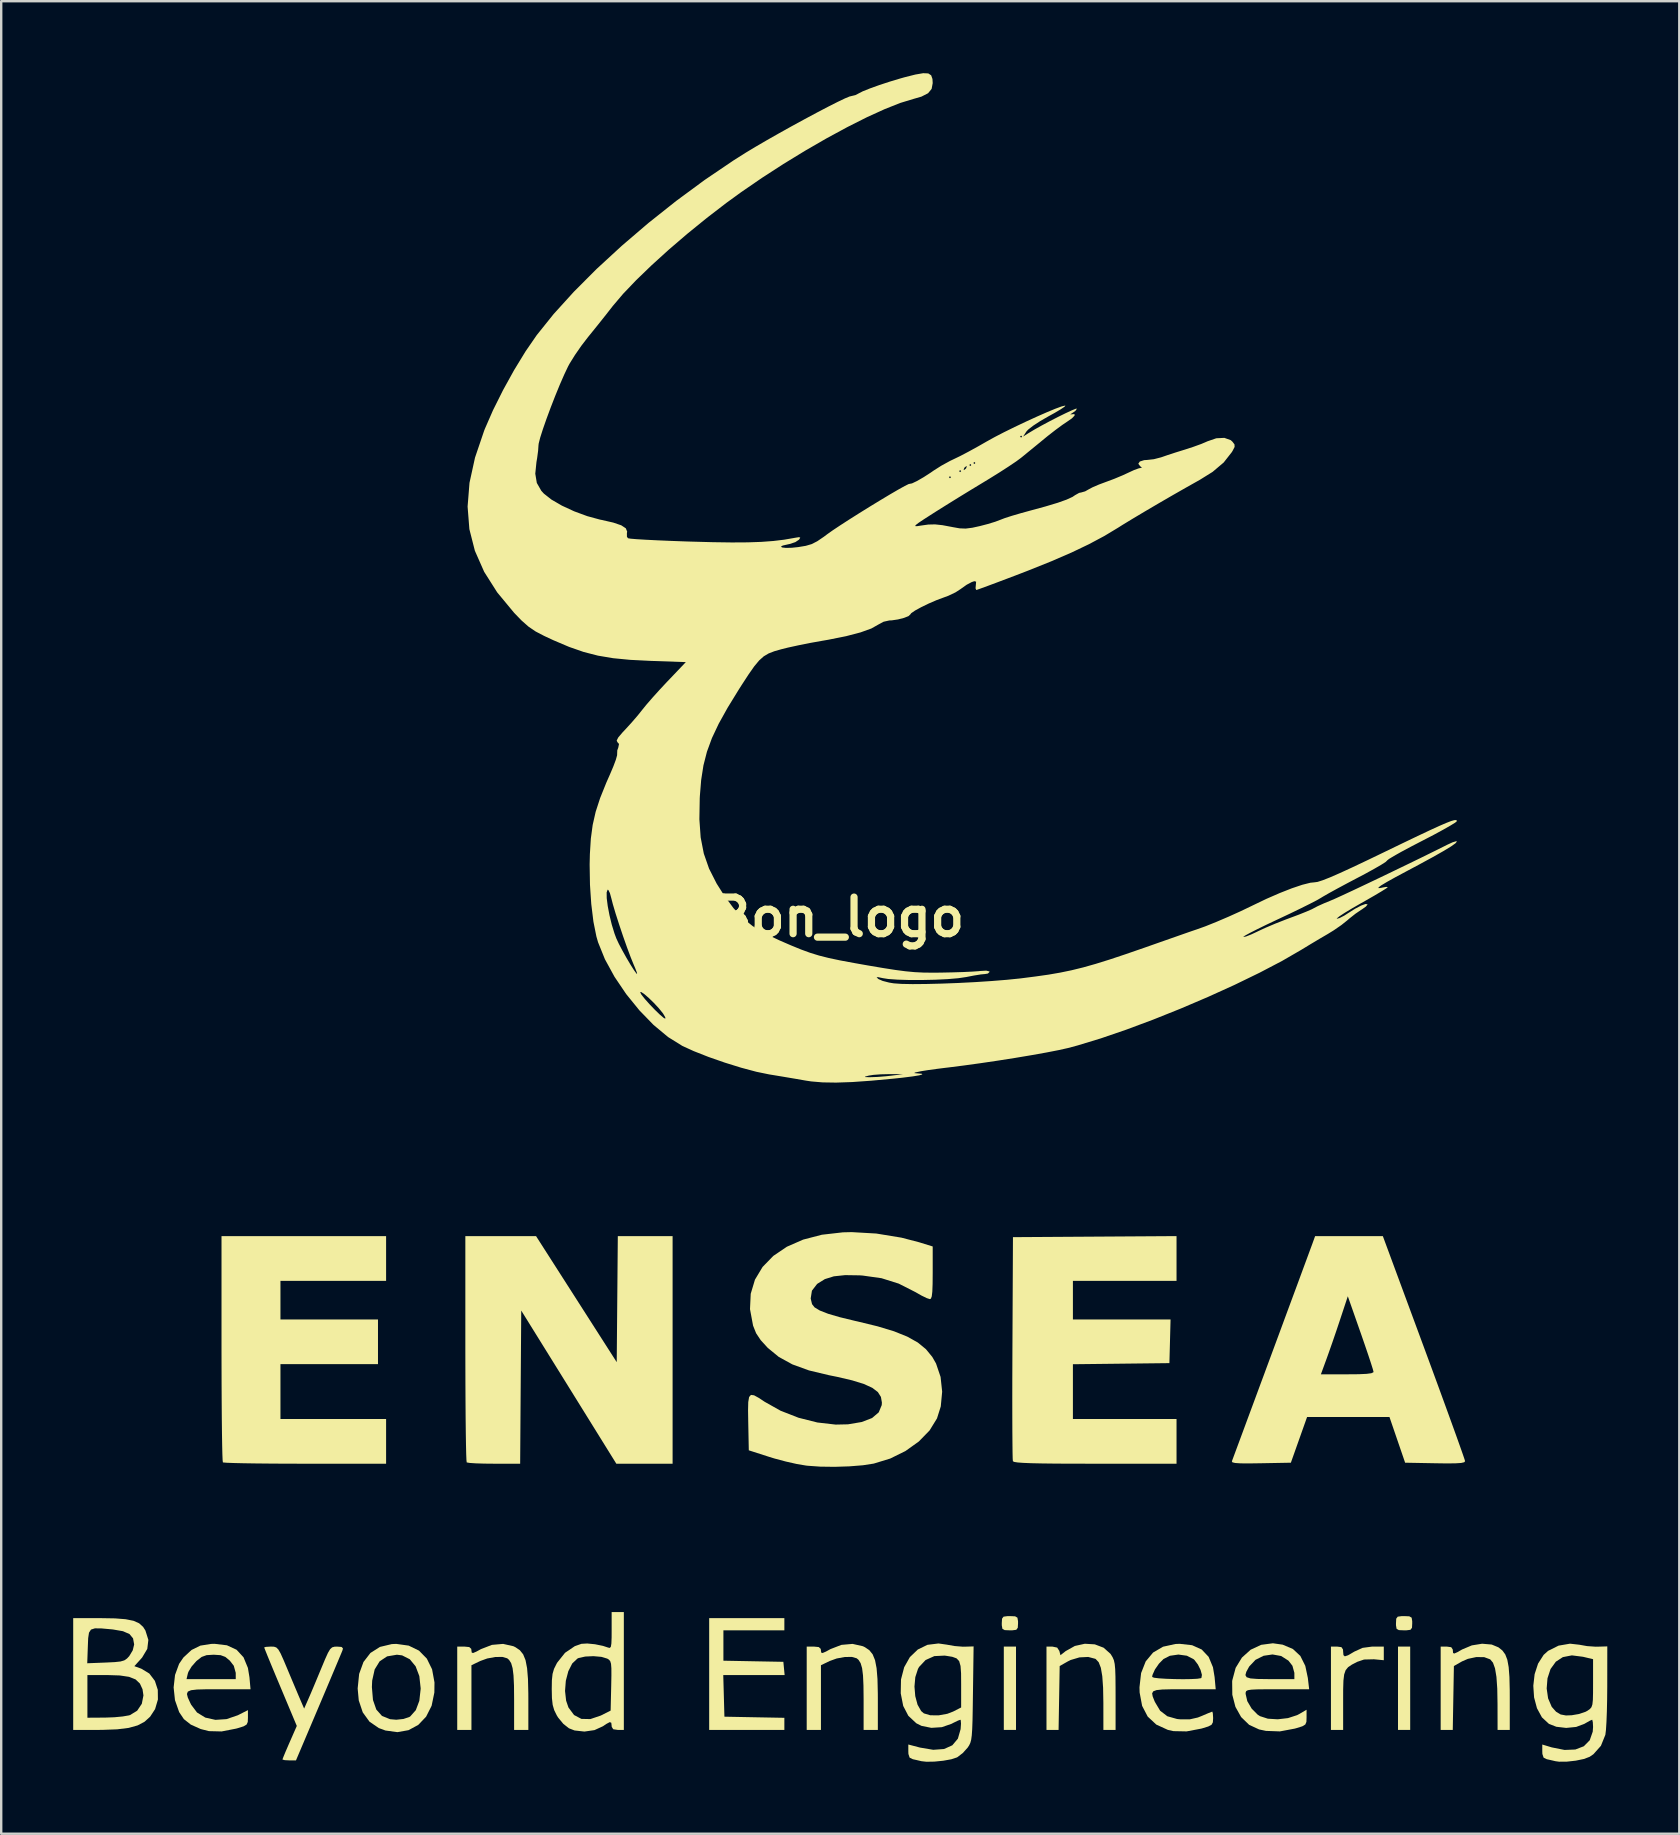
<source format=kicad_pcb>
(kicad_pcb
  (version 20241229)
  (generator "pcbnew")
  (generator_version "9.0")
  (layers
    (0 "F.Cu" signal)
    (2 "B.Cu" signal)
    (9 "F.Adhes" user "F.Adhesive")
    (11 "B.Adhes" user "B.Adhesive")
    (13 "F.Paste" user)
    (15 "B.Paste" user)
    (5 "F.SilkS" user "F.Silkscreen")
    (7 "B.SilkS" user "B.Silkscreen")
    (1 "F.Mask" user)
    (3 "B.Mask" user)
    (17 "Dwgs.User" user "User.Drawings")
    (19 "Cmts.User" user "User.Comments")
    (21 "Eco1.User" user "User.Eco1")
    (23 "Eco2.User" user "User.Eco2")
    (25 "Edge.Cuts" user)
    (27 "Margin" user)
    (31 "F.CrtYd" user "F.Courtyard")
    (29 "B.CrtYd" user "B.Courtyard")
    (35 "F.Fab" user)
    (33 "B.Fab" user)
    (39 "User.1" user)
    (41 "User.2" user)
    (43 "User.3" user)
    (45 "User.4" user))
  (footprint "Bon_logo"
    (layer "F.Cu")
    (at 31.919 35.165)
    (property "Reference" "Bon_logo" (at 0 0 0) (layer "F.SilkS") (effects (font (size 1.524 1.524) (thickness 0.3))))
    (attr board_only exclude_from_pos_files exclude_from_bom)
    (fp_poly (pts (xy 7.366 33.867) (xy 6.858 33.867) (xy 6.858 30.395) (xy 7.366 30.395)) (stroke (width 0) (type solid)) (fill yes) (layer "F.SilkS"))
    (fp_poly (pts (xy 23.791 33.867) (xy 23.283 33.867) (xy 23.283 30.395) (xy 23.791 30.395)) (stroke (width 0) (type solid)) (fill yes) (layer "F.SilkS"))
    (fp_poly (pts (xy -2.286 29.718) (xy -4.826 29.718) (xy -4.826 30.983) (xy -3.577 31.007) (xy -2.328 31.03) (xy -2.275 31.581) (xy -4.832 31.581) (xy -4.808 32.449) (xy -4.784 33.316) (xy -3.535 33.34) (xy -2.286 33.363) (xy -2.286 33.867) (xy -5.419 33.867) (xy -5.419 29.21) (xy -2.286 29.21)) (stroke (width 0) (type solid)) (fill yes) (layer "F.SilkS"))
    (fp_poly (pts (xy 7.329 29.134) (xy 7.425 29.19) (xy 7.45 29.334) (xy 7.451 29.422) (xy 7.44 29.611) (xy 7.377 29.696) (xy 7.212 29.717) (xy 7.112 29.718) (xy 6.895 29.709) (xy 6.799 29.654) (xy 6.774 29.509) (xy 6.773 29.422) (xy 6.784 29.232) (xy 6.847 29.148) (xy 7.012 29.126) (xy 7.112 29.125)) (stroke (width 0) (type solid)) (fill yes) (layer "F.SilkS"))
    (fp_poly (pts (xy 23.754 29.134) (xy 23.851 29.19) (xy 23.875 29.334) (xy 23.876 29.422) (xy 23.866 29.611) (xy 23.802 29.696) (xy 23.637 29.717) (xy 23.537 29.718) (xy 23.32 29.709) (xy 23.224 29.654) (xy 23.199 29.509) (xy 23.199 29.422) (xy 23.209 29.232) (xy 23.272 29.148) (xy 23.437 29.126) (xy 23.537 29.125)) (stroke (width 0) (type solid)) (fill yes) (layer "F.SilkS"))
    (fp_poly (pts (xy -9.271 18.544) (xy -9.226 13.293) (xy -6.943 13.293) (xy -6.943 22.775) (xy -9.288 22.775) (xy -11.269 19.584) (xy -13.25 16.394) (xy -13.273 19.584) (xy -13.295 22.775) (xy -14.38 22.775) (xy -14.793 22.771) (xy -15.143 22.76) (xy -15.396 22.743) (xy -15.518 22.722) (xy -15.522 22.719) (xy -15.533 22.626) (xy -15.543 22.379) (xy -15.552 21.994) (xy -15.56 21.486) (xy -15.567 20.871) (xy -15.572 20.164) (xy -15.576 19.38) (xy -15.578 18.535) (xy -15.579 17.978) (xy -15.579 13.293) (xy -12.632 13.293)) (stroke (width 0) (type solid)) (fill yes) (layer "F.SilkS"))
    (fp_poly (pts (xy 20.925 30.418) (xy 20.991 30.515) (xy 20.997 30.607) (xy 21.01 30.752) (xy 21.068 30.802) (xy 21.202 30.757) (xy 21.443 30.617) (xy 21.463 30.605) (xy 21.808 30.448) (xy 22.2 30.396) (xy 22.246 30.396) (xy 22.691 30.395) (xy 22.691 30.963) (xy 22.281 30.924) (xy 21.869 30.934) (xy 21.583 31.031) (xy 21.362 31.146) (xy 21.205 31.252) (xy 21.102 31.378) (xy 21.04 31.556) (xy 21.009 31.814) (xy 20.998 32.184) (xy 20.997 32.652) (xy 20.997 33.867) (xy 20.489 33.867) (xy 20.489 30.395) (xy 20.743 30.395)) (stroke (width 0) (type solid)) (fill yes) (layer "F.SilkS"))
    (fp_poly (pts (xy -18.881 15.155) (xy -23.283 15.155) (xy -23.283 16.764) (xy -19.219 16.764) (xy -19.219 18.627) (xy -23.283 18.627) (xy -23.283 20.913) (xy -18.881 20.913) (xy -18.881 22.775) (xy -22.253 22.775) (xy -22.993 22.774) (xy -23.679 22.77) (xy -24.294 22.764) (xy -24.819 22.756) (xy -25.235 22.746) (xy -25.525 22.735) (xy -25.67 22.723) (xy -25.682 22.719) (xy -25.693 22.626) (xy -25.703 22.379) (xy -25.712 21.994) (xy -25.72 21.486) (xy -25.727 20.871) (xy -25.732 20.164) (xy -25.736 19.38) (xy -25.738 18.535) (xy -25.739 17.978) (xy -25.739 13.293) (xy -18.881 13.293)) (stroke (width 0) (type solid)) (fill yes) (layer "F.SilkS"))
    (fp_poly (pts (xy 14.055 15.155) (xy 9.737 15.155) (xy 9.737 16.764) (xy 13.806 16.764) (xy 13.782 17.674) (xy 13.758 18.584) (xy 9.737 18.63) (xy 9.737 20.913) (xy 14.055 20.913) (xy 14.055 22.775) (xy 10.665 22.775) (xy 9.777 22.774) (xy 9.045 22.771) (xy 8.458 22.764) (xy 8.001 22.754) (xy 7.664 22.74) (xy 7.433 22.723) (xy 7.295 22.701) (xy 7.238 22.674) (xy 7.236 22.669) (xy 7.228 22.567) (xy 7.222 22.311) (xy 7.218 21.918) (xy 7.214 21.402) (xy 7.212 20.781) (xy 7.211 20.069) (xy 7.212 19.283) (xy 7.215 18.438) (xy 7.217 17.949) (xy 7.239 13.335) (xy 10.647 13.313) (xy 14.055 13.291)) (stroke (width 0) (type solid)) (fill yes) (layer "F.SilkS"))
    (fp_poly (pts (xy 27.187 30.31) (xy 27.468 30.426) (xy 27.631 30.556) (xy 27.752 30.72) (xy 27.838 30.943) (xy 27.894 31.249) (xy 27.926 31.664) (xy 27.939 32.211) (xy 27.94 32.509) (xy 27.94 33.867) (xy 27.432 33.867) (xy 27.43 32.787) (xy 27.419 32.148) (xy 27.385 31.659) (xy 27.326 31.304) (xy 27.24 31.065) (xy 27.124 30.927) (xy 26.877 30.836) (xy 26.547 30.831) (xy 26.193 30.907) (xy 25.95 31.013) (xy 25.612 31.205) (xy 25.565 33.867) (xy 25.061 33.867) (xy 25.061 30.395) (xy 25.315 30.395) (xy 25.501 30.421) (xy 25.566 30.52) (xy 25.569 30.568) (xy 25.578 30.663) (xy 25.63 30.684) (xy 25.759 30.627) (xy 25.957 30.514) (xy 26.359 30.345) (xy 26.788 30.276)) (stroke (width 0) (type solid)) (fill yes) (layer "F.SilkS"))
    (fp_poly (pts (xy -13.577 30.38) (xy -13.494 30.42) (xy -13.309 30.545) (xy -13.17 30.718) (xy -13.071 30.961) (xy -13.006 31.297) (xy -12.969 31.748) (xy -12.955 32.338) (xy -12.954 32.556) (xy -12.954 33.867) (xy -13.547 33.867) (xy -13.547 32.591) (xy -13.552 32.022) (xy -13.572 31.598) (xy -13.61 31.294) (xy -13.67 31.086) (xy -13.757 30.949) (xy -13.835 30.883) (xy -14.039 30.825) (xy -14.338 30.83) (xy -14.669 30.891) (xy -14.959 30.996) (xy -15.325 31.172) (xy -15.325 33.867) (xy -15.917 33.867) (xy -15.917 30.395) (xy -15.621 30.395) (xy -15.416 30.415) (xy -15.333 30.49) (xy -15.325 30.559) (xy -15.313 30.646) (xy -15.256 30.663) (xy -15.116 30.603) (xy -14.927 30.5) (xy -14.472 30.324) (xy -14.006 30.283)) (stroke (width 0) (type solid)) (fill yes) (layer "F.SilkS"))
    (fp_poly (pts (xy 0.986 30.38) (xy 1.069 30.42) (xy 1.254 30.545) (xy 1.393 30.718) (xy 1.492 30.961) (xy 1.557 31.297) (xy 1.594 31.748) (xy 1.608 32.338) (xy 1.609 32.556) (xy 1.609 33.867) (xy 1.016 33.867) (xy 1.016 32.591) (xy 1.01 32.022) (xy 0.991 31.598) (xy 0.953 31.294) (xy 0.892 31.086) (xy 0.806 30.949) (xy 0.728 30.883) (xy 0.524 30.825) (xy 0.225 30.83) (xy -0.107 30.891) (xy -0.397 30.996) (xy -0.762 31.172) (xy -0.762 33.867) (xy -1.355 33.867) (xy -1.355 30.395) (xy -1.058 30.395) (xy -0.853 30.415) (xy -0.771 30.49) (xy -0.762 30.559) (xy -0.751 30.646) (xy -0.693 30.663) (xy -0.553 30.603) (xy -0.365 30.5) (xy 0.09 30.324) (xy 0.556 30.283)) (stroke (width 0) (type solid)) (fill yes) (layer "F.SilkS"))
    (fp_poly (pts (xy 10.649 30.302) (xy 11.017 30.442) (xy 11.3 30.695) (xy 11.321 30.725) (xy 11.392 30.841) (xy 11.444 30.962) (xy 11.478 31.117) (xy 11.499 31.335) (xy 11.51 31.646) (xy 11.514 32.078) (xy 11.515 32.44) (xy 11.515 33.867) (xy 11.007 33.867) (xy 11.006 32.745) (xy 10.995 32.111) (xy 10.961 31.628) (xy 10.901 31.279) (xy 10.811 31.047) (xy 10.688 30.915) (xy 10.67 30.904) (xy 10.374 30.827) (xy 10.01 30.845) (xy 9.643 30.954) (xy 9.525 31.013) (xy 9.186 31.205) (xy 9.163 32.536) (xy 9.14 33.867) (xy 8.636 33.867) (xy 8.636 30.395) (xy 8.88 30.395) (xy 9.081 30.437) (xy 9.171 30.575) (xy 9.218 30.755) (xy 9.436 30.583) (xy 9.818 30.369) (xy 10.235 30.277)) (stroke (width 0) (type solid)) (fill yes) (layer "F.SilkS"))
    (fp_poly (pts (xy -17.939 30.355) (xy -17.511 30.563) (xy -17.184 30.896) (xy -16.965 31.342) (xy -16.865 31.888) (xy -16.87 32.309) (xy -16.984 32.861) (xy -17.214 33.316) (xy -17.542 33.659) (xy -17.947 33.878) (xy -18.409 33.96) (xy -18.909 33.892) (xy -19.185 33.79) (xy -19.573 33.524) (xy -19.854 33.136) (xy -20.02 32.639) (xy -20.066 32.14) (xy -20.06 32.083) (xy -19.473 32.083) (xy -19.428 32.62) (xy -19.289 33.019) (xy -19.053 33.284) (xy -18.716 33.421) (xy -18.457 33.443) (xy -18.158 33.411) (xy -17.913 33.329) (xy -17.875 33.305) (xy -17.643 33.044) (xy -17.496 32.654) (xy -17.441 32.159) (xy -17.441 32.131) (xy -17.496 31.626) (xy -17.651 31.217) (xy -17.894 30.923) (xy -18.214 30.761) (xy -18.431 30.734) (xy -18.839 30.803) (xy -19.149 31.008) (xy -19.357 31.346) (xy -19.461 31.813) (xy -19.473 32.083) (xy -20.06 32.083) (xy -20.004 31.533) (xy -19.824 31.037) (xy -19.533 30.66) (xy -19.137 30.409) (xy -18.643 30.291) (xy -18.457 30.283)) (stroke (width 0) (type solid)) (fill yes) (layer "F.SilkS"))
    (fp_poly (pts (xy -23.551 30.4) (xy -23.457 30.431) (xy -23.372 30.515) (xy -23.279 30.676) (xy -23.159 30.942) (xy -22.992 31.337) (xy -22.988 31.348) (xy -22.817 31.755) (xy -22.655 32.139) (xy -22.522 32.454) (xy -22.443 32.639) (xy -22.296 32.978) (xy -22.128 32.597) (xy -22.025 32.36) (xy -21.88 32.017) (xy -21.714 31.619) (xy -21.584 31.306) (xy -21.422 30.918) (xy -21.305 30.659) (xy -21.214 30.505) (xy -21.129 30.427) (xy -21.031 30.4) (xy -20.925 30.396) (xy -20.736 30.41) (xy -20.679 30.47) (xy -20.696 30.544) (xy -20.742 30.658) (xy -20.846 30.906) (xy -20.998 31.268) (xy -21.189 31.722) (xy -21.41 32.246) (xy -21.653 32.82) (xy -21.693 32.914) (xy -22.636 35.137) (xy -22.917 35.137) (xy -23.107 35.127) (xy -23.198 35.102) (xy -23.199 35.098) (xy -23.167 35.009) (xy -23.082 34.802) (xy -22.959 34.516) (xy -22.9 34.381) (xy -22.602 33.702) (xy -23.281 32.083) (xy -23.485 31.597) (xy -23.664 31.166) (xy -23.809 30.814) (xy -23.91 30.563) (xy -23.958 30.439) (xy -23.961 30.43) (xy -23.886 30.407) (xy -23.704 30.396) (xy -23.673 30.395)) (stroke (width 0) (type solid)) (fill yes) (layer "F.SilkS"))
    (fp_poly (pts (xy -25.514 30.341) (xy -25.112 30.527) (xy -24.822 30.841) (xy -24.639 31.284) (xy -24.575 31.672) (xy -24.53 32.173) (xy -25.854 32.173) (xy -26.383 32.174) (xy -26.762 32.184) (xy -27.009 32.213) (xy -27.142 32.271) (xy -27.18 32.37) (xy -27.143 32.519) (xy -27.047 32.729) (xy -27.005 32.816) (xy -26.76 33.141) (xy -26.413 33.354) (xy -25.994 33.448) (xy -25.532 33.418) (xy -25.058 33.256) (xy -25.033 33.243) (xy -24.638 33.043) (xy -24.638 33.359) (xy -24.645 33.536) (xy -24.693 33.643) (xy -24.818 33.718) (xy -25.061 33.794) (xy -25.13 33.813) (xy -25.734 33.931) (xy -26.262 33.918) (xy -26.606 33.831) (xy -27.02 33.645) (xy -27.307 33.418) (xy -27.504 33.125) (xy -27.678 32.628) (xy -27.734 32.098) (xy -27.695 31.75) (xy -27.196 31.75) (xy -25.146 31.75) (xy -25.146 31.489) (xy -25.228 31.194) (xy -25.393 30.981) (xy -25.579 30.826) (xy -25.775 30.753) (xy -26.059 30.734) (xy -26.072 30.734) (xy -26.361 30.752) (xy -26.566 30.826) (xy -26.773 30.988) (xy -26.795 31.009) (xy -26.986 31.227) (xy -27.118 31.447) (xy -27.142 31.517) (xy -27.196 31.75) (xy -27.695 31.75) (xy -27.676 31.578) (xy -27.507 31.115) (xy -27.326 30.85) (xy -26.988 30.536) (xy -26.621 30.355) (xy -26.172 30.284) (xy -26.028 30.28)) (stroke (width 0) (type solid)) (fill yes) (layer "F.SilkS"))
    (fp_poly (pts (xy 18.477 30.315) (xy 18.903 30.495) (xy 19.214 30.785) (xy 19.42 31.198) (xy 19.526 31.7) (xy 19.581 32.173) (xy 18.257 32.173) (xy 17.758 32.174) (xy 17.403 32.178) (xy 17.168 32.19) (xy 17.029 32.212) (xy 16.959 32.249) (xy 16.936 32.304) (xy 16.933 32.365) (xy 17.003 32.668) (xy 17.184 32.978) (xy 17.435 33.231) (xy 17.533 33.294) (xy 17.86 33.4) (xy 18.27 33.425) (xy 18.699 33.375) (xy 19.081 33.251) (xy 19.174 33.202) (xy 19.473 33.026) (xy 19.473 33.35) (xy 19.467 33.532) (xy 19.421 33.641) (xy 19.298 33.716) (xy 19.059 33.791) (xy 18.981 33.813) (xy 18.361 33.929) (xy 17.781 33.908) (xy 17.494 33.847) (xy 17.08 33.655) (xy 16.747 33.332) (xy 16.509 32.907) (xy 16.379 32.403) (xy 16.373 31.848) (xy 16.379 31.798) (xy 16.437 31.583) (xy 16.925 31.583) (xy 16.976 31.672) (xy 17.136 31.722) (xy 17.424 31.744) (xy 17.859 31.75) (xy 17.949 31.75) (xy 18.965 31.75) (xy 18.965 31.489) (xy 18.884 31.194) (xy 18.718 30.981) (xy 18.415 30.788) (xy 18.055 30.723) (xy 17.683 30.778) (xy 17.345 30.947) (xy 17.085 31.223) (xy 17.072 31.245) (xy 16.963 31.445) (xy 16.925 31.583) (xy 16.437 31.583) (xy 16.518 31.281) (xy 16.781 30.852) (xy 17.143 30.526) (xy 17.581 30.322) (xy 18.07 30.257)) (stroke (width 0) (type solid)) (fill yes) (layer "F.SilkS"))
    (fp_poly (pts (xy -8.975 33.867) (xy -9.229 33.867) (xy -9.415 33.84) (xy -9.48 33.741) (xy -9.483 33.697) (xy -9.498 33.568) (xy -9.563 33.543) (xy -9.711 33.622) (xy -9.843 33.713) (xy -10.197 33.875) (xy -10.616 33.936) (xy -11.029 33.89) (xy -11.261 33.8) (xy -11.495 33.616) (xy -11.713 33.352) (xy -11.767 33.266) (xy -11.876 33.045) (xy -11.94 32.823) (xy -11.971 32.544) (xy -11.977 32.243) (xy -11.425 32.243) (xy -11.38 32.649) (xy -11.282 32.934) (xy -11.049 33.247) (xy -10.744 33.408) (xy -10.371 33.416) (xy -9.938 33.27) (xy -9.903 33.253) (xy -9.525 33.062) (xy -9.501 32.03) (xy -9.493 31.595) (xy -9.494 31.3) (xy -9.509 31.112) (xy -9.543 31.001) (xy -9.601 30.936) (xy -9.666 30.896) (xy -9.911 30.823) (xy -10.242 30.794) (xy -10.582 30.81) (xy -10.855 30.87) (xy -10.908 30.894) (xy -11.125 31.099) (xy -11.289 31.423) (xy -11.392 31.819) (xy -11.425 32.243) (xy -11.977 32.243) (xy -11.979 32.173) (xy -11.973 31.797) (xy -11.945 31.533) (xy -11.884 31.323) (xy -11.778 31.11) (xy -11.748 31.059) (xy -11.425 30.654) (xy -11.017 30.377) (xy -10.741 30.28) (xy -10.501 30.266) (xy -10.176 30.298) (xy -9.844 30.366) (xy -9.631 30.436) (xy -9.561 30.451) (xy -9.517 30.405) (xy -9.494 30.269) (xy -9.484 30.014) (xy -9.483 29.727) (xy -9.483 28.956) (xy -8.975 28.956)) (stroke (width 0) (type solid)) (fill yes) (layer "F.SilkS"))
    (fp_poly (pts (xy -30.178 29.22) (xy -29.732 29.255) (xy -29.404 29.321) (xy -29.171 29.425) (xy -29.006 29.574) (xy -28.91 29.725) (xy -28.787 30.117) (xy -28.832 30.491) (xy -29.046 30.85) (xy -29.079 30.888) (xy -29.371 31.211) (xy -29.081 31.316) (xy -28.747 31.518) (xy -28.515 31.824) (xy -28.394 32.197) (xy -28.389 32.601) (xy -28.507 33.001) (xy -28.714 33.317) (xy -28.945 33.526) (xy -29.234 33.679) (xy -29.606 33.783) (xy -30.088 33.843) (xy -30.704 33.866) (xy -30.876 33.867) (xy -31.919 33.867) (xy -31.919 33.359) (xy -31.327 33.359) (xy -30.586 33.354) (xy -30.207 33.34) (xy -29.857 33.307) (xy -29.597 33.262) (xy -29.549 33.248) (xy -29.252 33.065) (xy -29.06 32.778) (xy -28.992 32.43) (xy -29.03 32.174) (xy -29.14 31.935) (xy -29.318 31.765) (xy -29.59 31.656) (xy -29.979 31.598) (xy -30.51 31.581) (xy -31.327 31.581) (xy -31.327 33.359) (xy -31.919 33.359) (xy -31.919 31.09) (xy -31.334 31.09) (xy -30.561 31.06) (xy -30.19 31.042) (xy -29.947 31.016) (xy -29.79 30.97) (xy -29.677 30.892) (xy -29.584 30.793) (xy -29.438 30.551) (xy -29.379 30.306) (xy -29.425 30.053) (xy -29.573 29.873) (xy -29.846 29.754) (xy -30.262 29.682) (xy -30.332 29.675) (xy -30.743 29.638) (xy -31.015 29.635) (xy -31.178 29.687) (xy -31.261 29.816) (xy -31.295 30.043) (xy -31.309 30.384) (xy -31.334 31.09) (xy -31.919 31.09) (xy -31.919 29.21) (xy -30.768 29.21)) (stroke (width 0) (type solid)) (fill yes) (layer "F.SilkS"))
    (fp_poly (pts (xy 24.365 17.928) (xy 24.677 18.774) (xy 24.97 19.573) (xy 25.24 20.312) (xy 25.481 20.976) (xy 25.689 21.551) (xy 25.857 22.022) (xy 25.982 22.376) (xy 26.057 22.598) (xy 26.078 22.672) (xy 26.04 22.715) (xy 25.913 22.744) (xy 25.676 22.759) (xy 25.31 22.763) (xy 24.828 22.756) (xy 23.58 22.733) (xy 23.253 21.78) (xy 22.927 20.828) (xy 19.495 20.828) (xy 19.157 21.78) (xy 18.819 22.733) (xy 17.57 22.756) (xy 17.07 22.763) (xy 16.72 22.76) (xy 16.498 22.745) (xy 16.385 22.718) (xy 16.36 22.676) (xy 16.362 22.672) (xy 16.408 22.549) (xy 16.505 22.286) (xy 16.648 21.901) (xy 16.829 21.412) (xy 17.042 20.836) (xy 17.281 20.192) (xy 17.538 19.496) (xy 17.704 19.05) (xy 20.07 19.05) (xy 21.169 19.05) (xy 21.646 19.046) (xy 21.974 19.031) (xy 22.171 19.005) (xy 22.256 18.966) (xy 22.263 18.944) (xy 22.234 18.834) (xy 22.158 18.591) (xy 22.043 18.243) (xy 21.897 17.815) (xy 21.731 17.334) (xy 21.725 17.318) (xy 21.192 15.798) (xy 20.871 16.768) (xy 20.716 17.231) (xy 20.551 17.713) (xy 20.398 18.148) (xy 20.31 18.394) (xy 20.07 19.05) (xy 17.704 19.05) (xy 17.808 18.767) (xy 18.084 18.022) (xy 18.359 17.279) (xy 18.626 16.555) (xy 18.88 15.869) (xy 19.114 15.237) (xy 19.32 14.678) (xy 19.493 14.21) (xy 19.626 13.849) (xy 19.713 13.614) (xy 19.745 13.525) (xy 19.829 13.293) (xy 22.652 13.293)) (stroke (width 0) (type solid)) (fill yes) (layer "F.SilkS"))
    (fp_poly (pts (xy 14.704 30.338) (xy 15.104 30.517) (xy 15.392 30.822) (xy 15.573 31.256) (xy 15.641 31.666) (xy 15.687 32.173) (xy 14.363 32.173) (xy 13.84 32.174) (xy 13.466 32.183) (xy 13.221 32.208) (xy 13.085 32.259) (xy 13.038 32.344) (xy 13.061 32.472) (xy 13.132 32.652) (xy 13.155 32.705) (xy 13.372 33.068) (xy 13.672 33.298) (xy 14.079 33.413) (xy 14.213 33.426) (xy 14.606 33.427) (xy 14.941 33.351) (xy 15.112 33.283) (xy 15.345 33.183) (xy 15.506 33.118) (xy 15.547 33.105) (xy 15.568 33.179) (xy 15.579 33.361) (xy 15.579 33.39) (xy 15.569 33.55) (xy 15.515 33.651) (xy 15.378 33.724) (xy 15.119 33.804) (xy 15.086 33.813) (xy 14.474 33.929) (xy 13.929 33.918) (xy 13.696 33.867) (xy 13.211 33.645) (xy 12.853 33.311) (xy 12.621 32.865) (xy 12.517 32.309) (xy 12.511 32.092) (xy 12.56 31.661) (xy 13.039 31.661) (xy 13.117 31.692) (xy 13.324 31.718) (xy 13.622 31.737) (xy 13.97 31.749) (xy 14.328 31.754) (xy 14.658 31.749) (xy 14.919 31.736) (xy 15.071 31.712) (xy 15.091 31.701) (xy 15.113 31.574) (xy 15.056 31.369) (xy 14.945 31.143) (xy 14.801 30.953) (xy 14.771 30.924) (xy 14.487 30.776) (xy 14.134 30.727) (xy 13.779 30.778) (xy 13.514 30.911) (xy 13.322 31.107) (xy 13.154 31.35) (xy 13.052 31.578) (xy 13.039 31.661) (xy 12.56 31.661) (xy 12.579 31.498) (xy 12.77 31.013) (xy 13.077 30.644) (xy 13.493 30.4) (xy 14.011 30.287) (xy 14.189 30.28)) (stroke (width 0) (type solid)) (fill yes) (layer "F.SilkS"))
    (fp_poly (pts (xy 30.834 30.317) (xy 31.161 30.375) (xy 31.519 30.4) (xy 31.602 30.399) (xy 32.004 30.387) (xy 32.002 32.063) (xy 31.997 32.603) (xy 31.986 33.106) (xy 31.969 33.539) (xy 31.948 33.87) (xy 31.924 34.066) (xy 31.923 34.072) (xy 31.738 34.53) (xy 31.425 34.881) (xy 31.268 34.988) (xy 31.03 35.078) (xy 30.692 35.148) (xy 30.324 35.189) (xy 29.996 35.192) (xy 29.845 35.171) (xy 29.617 35.118) (xy 29.485 35.089) (xy 29.35 35.023) (xy 29.299 34.87) (xy 29.295 34.762) (xy 29.295 34.476) (xy 29.689 34.595) (xy 30.223 34.702) (xy 30.672 34.684) (xy 31.026 34.548) (xy 31.272 34.298) (xy 31.397 33.94) (xy 31.411 33.744) (xy 31.401 33.546) (xy 31.377 33.446) (xy 31.371 33.443) (xy 31.28 33.483) (xy 31.104 33.582) (xy 31.054 33.612) (xy 30.707 33.743) (xy 30.291 33.784) (xy 29.88 33.736) (xy 29.573 33.616) (xy 29.28 33.344) (xy 29.073 32.963) (xy 28.953 32.512) (xy 28.928 32.14) (xy 29.478 32.14) (xy 29.537 32.552) (xy 29.688 32.905) (xy 29.869 33.109) (xy 30.06 33.224) (xy 30.282 33.265) (xy 30.522 33.256) (xy 30.825 33.204) (xy 31.095 33.113) (xy 31.178 33.068) (xy 31.277 32.999) (xy 31.343 32.922) (xy 31.383 32.804) (xy 31.403 32.614) (xy 31.41 32.317) (xy 31.411 31.918) (xy 31.411 30.92) (xy 30.992 30.82) (xy 30.528 30.761) (xy 30.152 30.834) (xy 29.859 31.025) (xy 29.639 31.33) (xy 29.512 31.717) (xy 29.478 32.14) (xy 28.928 32.14) (xy 28.921 32.026) (xy 28.976 31.544) (xy 29.12 31.103) (xy 29.352 30.74) (xy 29.536 30.574) (xy 29.972 30.356) (xy 30.45 30.274)) (stroke (width 0) (type solid)) (fill yes) (layer "F.SilkS"))
    (fp_poly (pts (xy 4.474 30.313) (xy 4.807 30.372) (xy 5.151 30.4) (xy 5.234 30.399) (xy 5.599 30.388) (xy 5.572 32.36) (xy 5.563 32.989) (xy 5.554 33.472) (xy 5.541 33.832) (xy 5.523 34.093) (xy 5.498 34.277) (xy 5.462 34.408) (xy 5.415 34.508) (xy 5.353 34.603) (xy 5.348 34.609) (xy 5.151 34.828) (xy 4.928 35) (xy 4.902 35.014) (xy 4.669 35.091) (xy 4.335 35.151) (xy 3.967 35.188) (xy 3.633 35.194) (xy 3.429 35.171) (xy 3.201 35.118) (xy 3.069 35.089) (xy 2.934 35.023) (xy 2.883 34.87) (xy 2.879 34.762) (xy 2.879 34.475) (xy 3.365 34.603) (xy 3.917 34.696) (xy 4.368 34.663) (xy 4.712 34.508) (xy 4.944 34.232) (xy 5.057 33.839) (xy 5.058 33.834) (xy 5.074 33.605) (xy 5.063 33.464) (xy 5.048 33.443) (xy 4.947 33.48) (xy 4.757 33.572) (xy 4.679 33.613) (xy 4.275 33.753) (xy 3.838 33.781) (xy 3.429 33.699) (xy 3.213 33.591) (xy 2.88 33.28) (xy 2.666 32.868) (xy 2.563 32.344) (xy 2.568 32.061) (xy 3.135 32.061) (xy 3.168 32.459) (xy 3.263 32.815) (xy 3.414 33.082) (xy 3.527 33.178) (xy 3.793 33.257) (xy 4.141 33.261) (xy 4.505 33.195) (xy 4.745 33.103) (xy 5.08 32.932) (xy 5.08 31.963) (xy 5.077 31.513) (xy 5.055 31.203) (xy 4.998 31.003) (xy 4.889 30.886) (xy 4.711 30.821) (xy 4.446 30.778) (xy 4.385 30.771) (xy 3.963 30.792) (xy 3.599 30.955) (xy 3.327 31.244) (xy 3.281 31.327) (xy 3.17 31.668) (xy 3.135 32.061) (xy 2.568 32.061) (xy 2.574 31.764) (xy 2.706 31.256) (xy 2.944 30.834) (xy 3.273 30.518) (xy 3.675 30.322) (xy 4.136 30.265)) (stroke (width 0) (type solid)) (fill yes) (layer "F.SilkS"))
    (fp_poly (pts (xy 1.545 13.184) (xy 2.593 13.356) (xy 3.327 13.547) (xy 3.895 13.723) (xy 3.895 14.82) (xy 3.891 15.285) (xy 3.879 15.603) (xy 3.856 15.8) (xy 3.82 15.896) (xy 3.778 15.917) (xy 3.649 15.876) (xy 3.427 15.768) (xy 3.178 15.626) (xy 2.479 15.271) (xy 1.763 15.046) (xy 0.97 14.934) (xy 0.847 14.926) (xy 0.246 14.917) (xy -0.225 14.967) (xy -0.598 15.083) (xy -0.902 15.271) (xy -0.927 15.292) (xy -1.138 15.566) (xy -1.189 15.891) (xy -1.133 16.126) (xy -1.028 16.26) (xy -0.809 16.392) (xy -0.464 16.527) (xy 0.021 16.669) (xy 0.659 16.824) (xy 0.762 16.847) (xy 1.597 17.05) (xy 2.282 17.257) (xy 2.834 17.479) (xy 3.272 17.724) (xy 3.613 18.003) (xy 3.877 18.325) (xy 4.034 18.6) (xy 4.223 19.158) (xy 4.289 19.774) (xy 4.231 20.389) (xy 4.074 20.887) (xy 3.765 21.389) (xy 3.317 21.849) (xy 2.76 22.247) (xy 2.123 22.561) (xy 1.439 22.77) (xy 0.985 22.84) (xy 0.422 22.885) (xy -0.191 22.905) (xy -0.793 22.897) (xy -1.326 22.859) (xy -1.383 22.852) (xy -1.765 22.788) (xy -2.23 22.683) (xy -2.702 22.557) (xy -2.907 22.494) (xy -3.768 22.217) (xy -3.791 21.057) (xy -3.799 20.555) (xy -3.791 20.207) (xy -3.755 19.996) (xy -3.678 19.908) (xy -3.548 19.925) (xy -3.351 20.033) (xy -3.108 20.194) (xy -2.443 20.568) (xy -1.695 20.86) (xy -0.913 21.057) (xy -0.149 21.145) (xy 0.364 21.134) (xy 0.94 21.037) (xy 1.369 20.871) (xy 1.646 20.635) (xy 1.771 20.333) (xy 1.778 20.228) (xy 1.738 19.993) (xy 1.61 19.79) (xy 1.377 19.613) (xy 1.026 19.453) (xy 0.542 19.303) (xy -0.09 19.155) (xy -0.423 19.088) (xy -1.26 18.888) (xy -1.951 18.637) (xy -2.518 18.326) (xy -2.977 17.949) (xy -3.272 17.626) (xy -3.463 17.339) (xy -3.586 17.032) (xy -3.591 17.017) (xy -3.718 16.334) (xy -3.688 15.694) (xy -3.511 15.105) (xy -3.194 14.577) (xy -2.748 14.117) (xy -2.182 13.734) (xy -1.503 13.437) (xy -0.722 13.234) (xy 0.153 13.134) (xy 0.518 13.125)) (stroke (width 0) (type solid)) (fill yes) (layer "F.SilkS"))
    (fp_poly (pts (xy 3.71 -35.156) (xy 3.831 -35.077) (xy 3.885 -34.923) (xy 3.895 -34.752) (xy 3.85 -34.511) (xy 3.702 -34.33) (xy 3.426 -34.189) (xy 3.087 -34.091) (xy 2.548 -33.927) (xy 1.897 -33.669) (xy 1.153 -33.33) (xy 0.339 -32.92) (xy -0.527 -32.451) (xy -1.422 -31.934) (xy -2.327 -31.381) (xy -3.22 -30.803) (xy -4.082 -30.211) (xy -4.699 -29.763) (xy -5.522 -29.13) (xy -6.332 -28.472) (xy -7.106 -27.808) (xy -7.823 -27.157) (xy -8.462 -26.54) (xy -9.003 -25.974) (xy -9.422 -25.48) (xy -9.434 -25.466) (xy -9.713 -25.109) (xy -10.043 -24.694) (xy -10.366 -24.294) (xy -10.465 -24.172) (xy -10.742 -23.812) (xy -11.011 -23.424) (xy -11.23 -23.072) (xy -11.299 -22.945) (xy -11.46 -22.605) (xy -11.643 -22.186) (xy -11.835 -21.717) (xy -12.024 -21.231) (xy -12.199 -20.759) (xy -12.348 -20.332) (xy -12.46 -19.981) (xy -12.522 -19.738) (xy -12.531 -19.665) (xy -12.547 -19.433) (xy -12.588 -19.125) (xy -12.616 -18.961) (xy -12.665 -18.478) (xy -12.601 -18.092) (xy -12.415 -17.766) (xy -12.307 -17.647) (xy -11.992 -17.399) (xy -11.556 -17.146) (xy -11.043 -16.909) (xy -10.498 -16.708) (xy -9.969 -16.564) (xy -9.906 -16.552) (xy -9.416 -16.44) (xy -9.082 -16.326) (xy -8.893 -16.202) (xy -8.836 -16.063) (xy -8.847 -16.004) (xy -8.846 -15.848) (xy -8.8 -15.787) (xy -8.693 -15.769) (xy -8.44 -15.748) (xy -8.06 -15.725) (xy -7.578 -15.701) (xy -7.013 -15.677) (xy -6.389 -15.654) (xy -6.193 -15.648) (xy -5.262 -15.623) (xy -4.477 -15.612) (xy -3.812 -15.616) (xy -3.243 -15.636) (xy -2.746 -15.673) (xy -2.298 -15.727) (xy -1.874 -15.8) (xy -1.858 -15.804) (xy -1.672 -15.833) (xy -1.623 -15.81) (xy -1.677 -15.727) (xy -1.829 -15.626) (xy -2.066 -15.547) (xy -2.13 -15.534) (xy -2.354 -15.483) (xy -2.43 -15.437) (xy -2.379 -15.403) (xy -2.221 -15.385) (xy -1.977 -15.391) (xy -1.714 -15.418) (xy -1.395 -15.471) (xy -1.149 -15.543) (xy -0.916 -15.662) (xy -0.637 -15.852) (xy -0.493 -15.96) (xy -0.268 -16.119) (xy 0.046 -16.328) (xy 0.425 -16.573) (xy 0.846 -16.839) (xy 1.284 -17.111) (xy 1.716 -17.374) (xy 2.116 -17.614) (xy 2.461 -17.815) (xy 2.727 -17.963) (xy 2.89 -18.044) (xy 2.929 -18.053) (xy 3.033 -18.073) (xy 3.239 -18.171) (xy 3.511 -18.328) (xy 3.515 -18.33) (xy 4.572 -18.33) (xy 4.614 -18.288) (xy 4.657 -18.33) (xy 4.614 -18.373) (xy 4.572 -18.33) (xy 3.515 -18.33) (xy 3.812 -18.522) (xy 3.901 -18.584) (xy 4.995 -18.584) (xy 5.038 -18.542) (xy 5.08 -18.584) (xy 5.038 -18.627) (xy 4.995 -18.584) (xy 3.901 -18.584) (xy 3.92 -18.598) (xy 3.974 -18.632) (xy 5.185 -18.632) (xy 5.197 -18.627) (xy 5.274 -18.686) (xy 5.292 -18.711) (xy 5.313 -18.79) (xy 5.302 -18.796) (xy 5.224 -18.736) (xy 5.207 -18.711) (xy 5.185 -18.632) (xy 3.974 -18.632) (xy 4.249 -18.807) (xy 4.305 -18.838) (xy 5.419 -18.838) (xy 5.461 -18.796) (xy 5.503 -18.838) (xy 5.461 -18.881) (xy 5.419 -18.838) (xy 4.305 -18.838) (xy 4.46 -18.923) (xy 5.588 -18.923) (xy 5.63 -18.881) (xy 5.673 -18.923) (xy 5.63 -18.965) (xy 5.588 -18.923) (xy 4.46 -18.923) (xy 4.619 -19.01) (xy 4.782 -19.088) (xy 5.043 -19.214) (xy 5.399 -19.401) (xy 5.798 -19.621) (xy 6.123 -19.807) (xy 6.455 -19.991) (xy 6.517 -20.024) (xy 7.535 -20.024) (xy 7.578 -19.981) (xy 7.62 -20.024) (xy 7.578 -20.066) (xy 7.535 -20.024) (xy 6.517 -20.024) (xy 6.859 -20.201) (xy 7.308 -20.422) (xy 7.773 -20.643) (xy 8.229 -20.852) (xy 8.648 -21.036) (xy 9.002 -21.183) (xy 9.266 -21.28) (xy 9.411 -21.315) (xy 9.424 -21.313) (xy 9.386 -21.266) (xy 9.226 -21.158) (xy 8.97 -21.006) (xy 8.718 -20.867) (xy 8.376 -20.67) (xy 8.08 -20.476) (xy 7.871 -20.313) (xy 7.799 -20.235) (xy 7.662 -20.024) (xy 7.874 -20.159) (xy 8.119 -20.307) (xy 8.429 -20.481) (xy 8.773 -20.665) (xy 9.119 -20.843) (xy 9.437 -20.999) (xy 9.694 -21.118) (xy 9.86 -21.184) (xy 9.906 -21.187) (xy 9.839 -21.092) (xy 9.716 -21.008) (xy 9.624 -20.949) (xy 9.673 -20.95) (xy 9.803 -20.961) (xy 9.807 -20.899) (xy 9.697 -20.784) (xy 9.504 -20.65) (xy 9.294 -20.508) (xy 9.005 -20.295) (xy 8.687 -20.047) (xy 8.561 -19.944) (xy 8.236 -19.677) (xy 7.911 -19.412) (xy 7.643 -19.192) (xy 7.572 -19.135) (xy 7.373 -18.988) (xy 7.062 -18.779) (xy 6.675 -18.529) (xy 6.247 -18.263) (xy 6.01 -18.119) (xy 5.513 -17.818) (xy 4.979 -17.491) (xy 4.463 -17.171) (xy 4.021 -16.894) (xy 3.91 -16.823) (xy 3.542 -16.587) (xy 3.305 -16.429) (xy 3.184 -16.335) (xy 3.167 -16.293) (xy 3.24 -16.29) (xy 3.388 -16.313) (xy 3.709 -16.358) (xy 3.991 -16.365) (xy 4.3 -16.332) (xy 4.704 -16.256) (xy 4.712 -16.254) (xy 5.016 -16.2) (xy 5.269 -16.19) (xy 5.545 -16.225) (xy 5.855 -16.293) (xy 6.196 -16.382) (xy 6.503 -16.476) (xy 6.711 -16.555) (xy 6.718 -16.557) (xy 6.894 -16.625) (xy 7.191 -16.721) (xy 7.567 -16.831) (xy 7.945 -16.935) (xy 8.601 -17.114) (xy 9.106 -17.266) (xy 9.474 -17.397) (xy 9.72 -17.51) (xy 9.828 -17.583) (xy 9.996 -17.677) (xy 10.084 -17.695) (xy 10.246 -17.741) (xy 10.382 -17.818) (xy 10.552 -17.909) (xy 10.821 -18.025) (xy 11.098 -18.128) (xy 11.455 -18.261) (xy 11.816 -18.412) (xy 12.034 -18.513) (xy 12.281 -18.627) (xy 12.477 -18.699) (xy 12.543 -18.713) (xy 12.614 -18.728) (xy 12.541 -18.788) (xy 12.462 -18.891) (xy 12.525 -18.984) (xy 12.705 -19.042) (xy 12.83 -19.05) (xy 13.11 -19.081) (xy 13.409 -19.158) (xy 13.439 -19.168) (xy 13.681 -19.252) (xy 14.015 -19.361) (xy 14.372 -19.472) (xy 14.393 -19.478) (xy 14.749 -19.594) (xy 15.086 -19.716) (xy 15.332 -19.821) (xy 15.342 -19.826) (xy 15.711 -19.953) (xy 16.047 -19.97) (xy 16.311 -19.876) (xy 16.379 -19.816) (xy 16.47 -19.698) (xy 16.475 -19.592) (xy 16.391 -19.429) (xy 16.356 -19.372) (xy 16.02 -18.944) (xy 15.557 -18.552) (xy 15.028 -18.223) (xy 14.484 -17.917) (xy 13.897 -17.582) (xy 13.3 -17.236) (xy 12.73 -16.901) (xy 12.219 -16.596) (xy 11.802 -16.342) (xy 11.622 -16.228) (xy 11.046 -15.881) (xy 10.407 -15.54) (xy 9.682 -15.193) (xy 8.847 -14.831) (xy 7.878 -14.442) (xy 7.56 -14.319) (xy 7.043 -14.122) (xy 6.579 -13.947) (xy 6.191 -13.802) (xy 5.904 -13.697) (xy 5.739 -13.639) (xy 5.709 -13.631) (xy 5.68 -13.702) (xy 5.692 -13.836) (xy 5.704 -13.978) (xy 5.631 -13.998) (xy 5.521 -13.961) (xy 5.309 -13.849) (xy 5.083 -13.689) (xy 5.071 -13.679) (xy 4.848 -13.534) (xy 4.549 -13.391) (xy 4.384 -13.33) (xy 4.065 -13.212) (xy 3.729 -13.067) (xy 3.416 -12.915) (xy 3.16 -12.775) (xy 2.999 -12.664) (xy 2.963 -12.614) (xy 2.888 -12.543) (xy 2.698 -12.468) (xy 2.447 -12.404) (xy 2.188 -12.366) (xy 2.088 -12.362) (xy 1.846 -12.308) (xy 1.632 -12.192) (xy 1.339 -12.027) (xy 0.887 -11.864) (xy 0.287 -11.707) (xy -0.451 -11.559) (xy -0.704 -11.515) (xy -1.187 -11.429) (xy -1.688 -11.329) (xy -2.141 -11.23) (xy -2.413 -11.162) (xy -2.707 -11.078) (xy -2.944 -10.986) (xy -3.146 -10.866) (xy -3.337 -10.695) (xy -3.539 -10.453) (xy -3.775 -10.116) (xy -4.069 -9.665) (xy -4.185 -9.483) (xy -4.652 -8.723) (xy -5.021 -8.06) (xy -5.304 -7.461) (xy -5.512 -6.893) (xy -5.658 -6.323) (xy -5.752 -5.719) (xy -5.807 -5.048) (xy -5.812 -4.953) (xy -5.827 -4.077) (xy -5.774 -3.322) (xy -5.643 -2.649) (xy -5.424 -2.021) (xy -5.108 -1.398) (xy -4.793 -0.9) (xy -4.411 -0.381) (xy -4.029 0.033) (xy -3.604 0.376) (xy -3.095 0.681) (xy -2.494 0.967) (xy -2.003 1.18) (xy -1.587 1.35) (xy -1.211 1.487) (xy -0.838 1.602) (xy -0.433 1.704) (xy 0.04 1.804) (xy 0.616 1.911) (xy 1.174 2.01) (xy 1.817 2.119) (xy 2.333 2.2) (xy 2.76 2.256) (xy 3.137 2.292) (xy 3.504 2.31) (xy 3.899 2.315) (xy 4.233 2.312) (xy 4.711 2.302) (xy 5.164 2.288) (xy 5.547 2.27) (xy 5.817 2.251) (xy 5.863 2.245) (xy 6.127 2.23) (xy 6.256 2.262) (xy 6.265 2.283) (xy 6.194 2.351) (xy 6.075 2.371) (xy 5.898 2.388) (xy 5.616 2.433) (xy 5.292 2.496) (xy 4.963 2.545) (xy 4.519 2.583) (xy 4.002 2.608) (xy 3.454 2.62) (xy 2.916 2.62) (xy 2.429 2.605) (xy 2.037 2.577) (xy 1.82 2.543) (xy 1.618 2.501) (xy 1.557 2.508) (xy 1.618 2.566) (xy 1.639 2.583) (xy 1.81 2.658) (xy 2.078 2.727) (xy 2.272 2.759) (xy 2.596 2.782) (xy 3.058 2.791) (xy 3.626 2.786) (xy 4.27 2.77) (xy 4.957 2.744) (xy 5.659 2.708) (xy 6.342 2.663) (xy 6.976 2.612) (xy 7.53 2.556) (xy 7.578 2.55) (xy 8.181 2.473) (xy 8.716 2.397) (xy 9.207 2.312) (xy 9.681 2.214) (xy 10.165 2.095) (xy 10.685 1.948) (xy 11.266 1.767) (xy 11.935 1.544) (xy 12.719 1.273) (xy 13.335 1.056) (xy 13.8 0.893) (xy 14.222 0.745) (xy 14.569 0.623) (xy 14.811 0.54) (xy 14.901 0.51) (xy 15.258 0.382) (xy 15.716 0.198) (xy 16.226 -0.02) (xy 16.739 -0.252) (xy 17.206 -0.476) (xy 17.23 -0.488) (xy 17.797 -0.76) (xy 18.35 -1.001) (xy 18.858 -1.201) (xy 19.295 -1.348) (xy 19.632 -1.433) (xy 19.802 -1.45) (xy 19.932 -1.468) (xy 20.144 -1.536) (xy 20.45 -1.656) (xy 20.862 -1.836) (xy 21.391 -2.079) (xy 22.049 -2.391) (xy 22.709 -2.709) (xy 23.476 -3.08) (xy 24.104 -3.381) (xy 24.608 -3.619) (xy 24.999 -3.798) (xy 25.291 -3.924) (xy 25.498 -4.004) (xy 25.632 -4.042) (xy 25.707 -4.044) (xy 25.737 -4.016) (xy 25.739 -4) (xy 25.667 -3.938) (xy 25.466 -3.814) (xy 25.16 -3.64) (xy 24.772 -3.429) (xy 24.323 -3.196) (xy 24.265 -3.166) (xy 23.814 -2.932) (xy 23.422 -2.722) (xy 23.113 -2.548) (xy 22.907 -2.423) (xy 22.827 -2.359) (xy 22.827 -2.355) (xy 22.768 -2.299) (xy 22.582 -2.18) (xy 22.293 -2.013) (xy 21.924 -1.81) (xy 21.613 -1.646) (xy 21.169 -1.412) (xy 20.757 -1.191) (xy 20.408 -0.999) (xy 20.157 -0.855) (xy 20.066 -0.799) (xy 19.897 -0.702) (xy 19.603 -0.55) (xy 19.215 -0.357) (xy 18.763 -0.138) (xy 18.275 0.092) (xy 18.261 0.098) (xy 17.804 0.314) (xy 17.412 0.506) (xy 17.105 0.662) (xy 16.905 0.772) (xy 16.833 0.826) (xy 16.836 0.828) (xy 16.949 0.807) (xy 17.164 0.723) (xy 17.436 0.596) (xy 17.436 0.595) (xy 17.752 0.448) (xy 18.16 0.275) (xy 18.592 0.105) (xy 18.777 0.036) (xy 19.141 -0.1) (xy 19.459 -0.227) (xy 19.689 -0.327) (xy 19.769 -0.369) (xy 19.937 -0.457) (xy 20.201 -0.576) (xy 20.447 -0.677) (xy 20.644 -0.761) (xy 20.968 -0.909) (xy 21.395 -1.108) (xy 21.901 -1.347) (xy 22.46 -1.613) (xy 23.049 -1.896) (xy 23.643 -2.183) (xy 24.218 -2.462) (xy 24.748 -2.723) (xy 25.21 -2.953) (xy 25.337 -3.017) (xy 25.558 -3.118) (xy 25.705 -3.162) (xy 25.739 -3.152) (xy 25.678 -3.077) (xy 25.493 -2.945) (xy 25.177 -2.753) (xy 24.725 -2.497) (xy 24.129 -2.173) (xy 23.707 -1.948) (xy 23.189 -1.671) (xy 22.816 -1.463) (xy 22.578 -1.32) (xy 22.468 -1.236) (xy 22.478 -1.206) (xy 22.6 -1.224) (xy 22.627 -1.231) (xy 22.794 -1.26) (xy 22.86 -1.248) (xy 22.79 -1.195) (xy 22.598 -1.075) (xy 22.309 -0.903) (xy 21.948 -0.696) (xy 21.752 -0.585) (xy 21.374 -0.368) (xy 21.063 -0.18) (xy 20.843 -0.035) (xy 20.736 0.05) (xy 20.733 0.067) (xy 20.847 0.039) (xy 21.046 -0.064) (xy 21.2 -0.163) (xy 21.491 -0.347) (xy 21.744 -0.48) (xy 21.929 -0.547) (xy 22.012 -0.534) (xy 22.013 -0.524) (xy 21.948 -0.443) (xy 21.785 -0.326) (xy 21.745 -0.301) (xy 21.512 -0.143) (xy 21.25 0.064) (xy 21.168 0.136) (xy 20.923 0.331) (xy 20.607 0.549) (xy 20.357 0.703) (xy 20.023 0.898) (xy 19.631 1.132) (xy 19.264 1.355) (xy 19.262 1.357) (xy 18.455 1.824) (xy 17.516 2.316) (xy 16.477 2.821) (xy 15.369 3.324) (xy 14.226 3.812) (xy 13.078 4.272) (xy 11.958 4.69) (xy 10.899 5.053) (xy 9.932 5.347) (xy 9.525 5.456) (xy 9.149 5.54) (xy 8.637 5.64) (xy 8.022 5.75) (xy 7.337 5.865) (xy 6.613 5.979) (xy 5.883 6.087) (xy 5.179 6.184) (xy 4.535 6.266) (xy 4.462 6.274) (xy 4.072 6.323) (xy 3.702 6.374) (xy 3.415 6.42) (xy 3.361 6.431) (xy 3.163 6.474) (xy 3.123 6.498) (xy 3.23 6.509) (xy 3.253 6.51) (xy 3.439 6.526) (xy 3.463 6.554) (xy 3.332 6.592) (xy 3.051 6.638) (xy 2.628 6.691) (xy 2.274 6.729) (xy 1.333 6.816) (xy 0.538 6.872) (xy -0.13 6.895) (xy -0.692 6.886) (xy -1.166 6.846) (xy -1.397 6.811) (xy -1.801 6.74) (xy -2.253 6.664) (xy 1.073 6.664) (xy 1.221 6.669) (xy 1.312 6.669) (xy 1.592 6.659) (xy 1.942 6.631) (xy 2.159 6.607) (xy 2.667 6.544) (xy 2.074 6.542) (xy 1.733 6.55) (xy 1.423 6.573) (xy 1.228 6.604) (xy 1.079 6.645) (xy 1.073 6.664) (xy -2.253 6.664) (xy -2.286 6.658) (xy -2.768 6.578) (xy -2.917 6.554) (xy -3.452 6.444) (xy -4.087 6.274) (xy -4.769 6.062) (xy -5.446 5.826) (xy -6.065 5.582) (xy -6.536 5.367) (xy -7.131 4.997) (xy -7.736 4.493) (xy -8.326 3.885) (xy -8.877 3.206) (xy -8.929 3.129) (xy -8.297 3.129) (xy -8.241 3.232) (xy -8.096 3.414) (xy -7.896 3.638) (xy -7.676 3.867) (xy -7.47 4.066) (xy -7.313 4.199) (xy -7.247 4.233) (xy -7.248 4.175) (xy -7.332 4.03) (xy -7.353 4) (xy -7.519 3.795) (xy -7.722 3.576) (xy -7.932 3.372) (xy -8.117 3.211) (xy -8.249 3.122) (xy -8.297 3.129) (xy -8.929 3.129) (xy -9.364 2.485) (xy -9.763 1.755) (xy -10.049 1.047) (xy -10.119 0.804) (xy -10.242 0.19) (xy -10.332 -0.545) (xy -10.365 -1.029) (xy -9.691 -1.029) (xy -9.688 -0.79) (xy -9.646 -0.462) (xy -9.574 -0.083) (xy -9.478 0.311) (xy -9.364 0.684) (xy -9.287 0.889) (xy -9.184 1.11) (xy -9.037 1.389) (xy -8.869 1.69) (xy -8.701 1.974) (xy -8.555 2.205) (xy -8.453 2.346) (xy -8.422 2.371) (xy -8.435 2.301) (xy -8.503 2.124) (xy -8.563 1.984) (xy -8.689 1.673) (xy -8.843 1.26) (xy -9.01 0.787) (xy -9.173 0.3) (xy -9.32 -0.157) (xy -9.433 -0.539) (xy -9.494 -0.777) (xy -9.556 -1.003) (xy -9.62 -1.131) (xy -9.651 -1.144) (xy -9.691 -1.029) (xy -10.365 -1.029) (xy -10.386 -1.354) (xy -10.4 -2.189) (xy -10.39 -2.625) (xy -10.35 -3.27) (xy -10.273 -3.843) (xy -10.148 -4.392) (xy -9.962 -4.964) (xy -9.703 -5.608) (xy -9.551 -5.951) (xy -9.411 -6.282) (xy -9.307 -6.56) (xy -9.255 -6.747) (xy -9.254 -6.798) (xy -9.248 -6.951) (xy -9.208 -7.059) (xy -9.176 -7.215) (xy -9.241 -7.289) (xy -9.273 -7.358) (xy -9.208 -7.486) (xy -9.032 -7.694) (xy -8.925 -7.807) (xy -8.658 -8.099) (xy -8.391 -8.409) (xy -8.21 -8.636) (xy -8.039 -8.847) (xy -7.785 -9.14) (xy -7.48 -9.478) (xy -7.161 -9.82) (xy -7.159 -9.821) (xy -6.392 -10.626) (xy -7.874 -10.678) (xy -8.709 -10.72) (xy -9.42 -10.789) (xy -10.051 -10.895) (xy -10.647 -11.048) (xy -11.253 -11.259) (xy -11.912 -11.539) (xy -12.292 -11.716) (xy -12.649 -11.902) (xy -12.947 -12.104) (xy -13.24 -12.363) (xy -13.546 -12.68) (xy -14.251 -13.531) (xy -14.795 -14.389) (xy -15.181 -15.263) (xy -15.411 -16.166) (xy -15.485 -17.107) (xy -15.406 -18.097) (xy -15.176 -19.148) (xy -14.796 -20.268) (xy -14.765 -20.347) (xy -14.425 -21.125) (xy -14.009 -21.958) (xy -13.548 -22.792) (xy -13.071 -23.573) (xy -12.609 -24.244) (xy -12.605 -24.25) (xy -11.899 -25.13) (xy -11.059 -26.056) (xy -10.107 -27.01) (xy -9.063 -27.971) (xy -7.951 -28.923) (xy -6.791 -29.844) (xy -5.606 -30.717) (xy -4.418 -31.522) (xy -3.895 -31.853) (xy -3.488 -32.098) (xy -3.016 -32.373) (xy -2.502 -32.665) (xy -1.967 -32.963) (xy -1.433 -33.254) (xy -0.924 -33.527) (xy -0.461 -33.769) (xy -0.066 -33.969) (xy 0.239 -34.115) (xy 0.43 -34.194) (xy 0.477 -34.205) (xy 0.676 -34.253) (xy 0.807 -34.321) (xy 0.982 -34.411) (xy 1.282 -34.531) (xy 1.668 -34.67) (xy 2.101 -34.812) (xy 2.543 -34.945) (xy 2.709 -34.992) (xy 3.172 -35.109) (xy 3.498 -35.165)) (stroke (width 0) (type solid)) (fill yes) (layer "F.SilkS")))
  (gr_rect
    (start -3 -3)
    (end 66.923 73.359)
    (stroke (width 0.1) (type default))
    (fill no)
    (layer "Edge.Cuts")))
</source>
